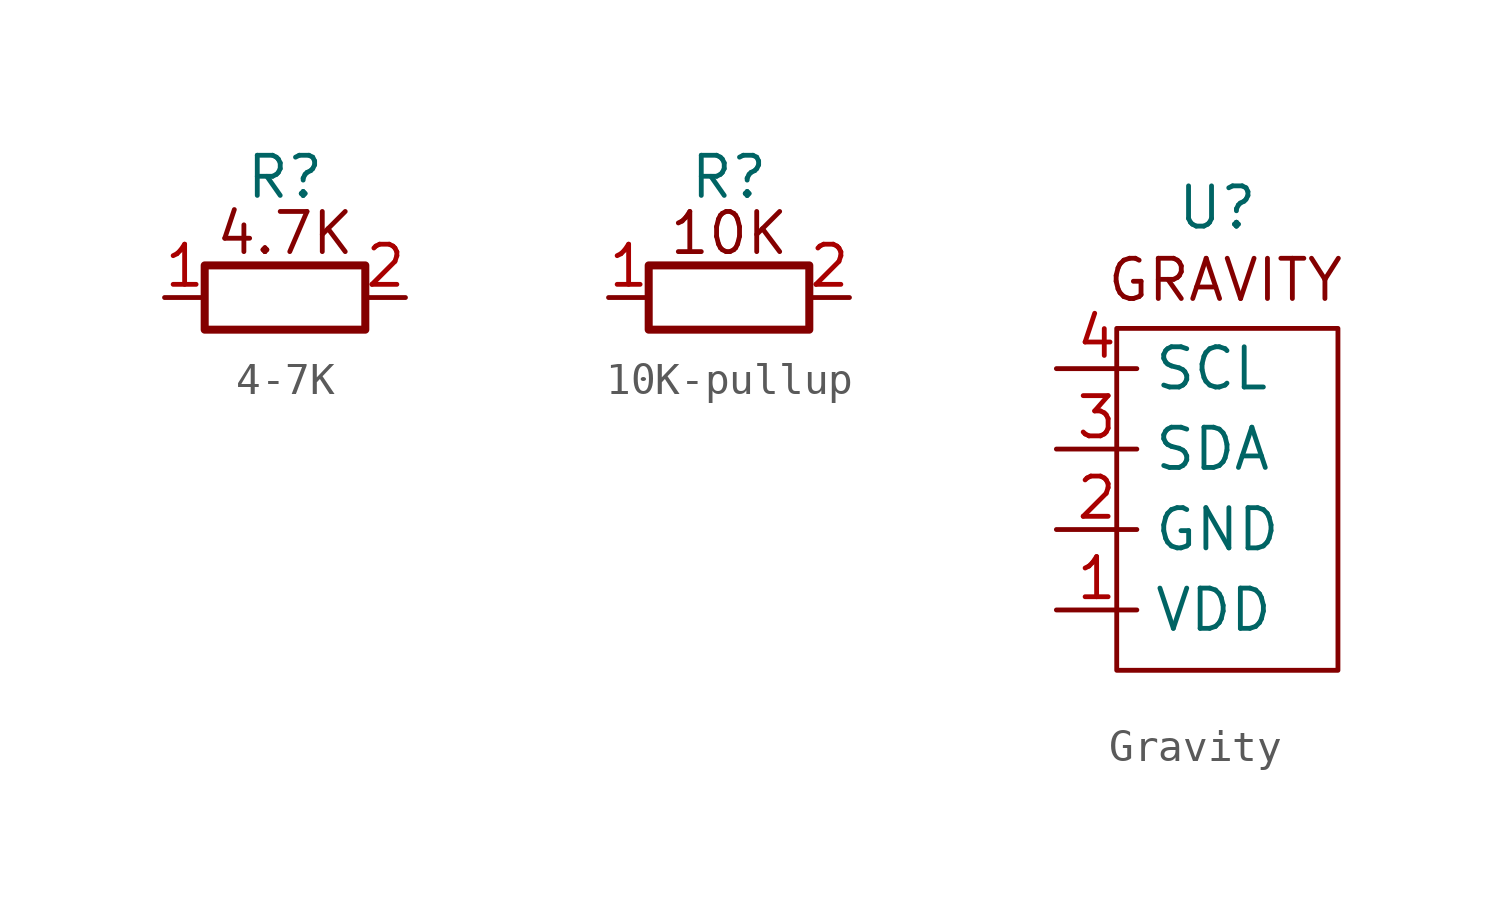
<source format=kicad_sym>
(kicad_symbol_lib
  (version 20241209)
  (generator "kicad_symbol_editor")
  (generator_version "9.0")
  (symbol "4-7K"
    (property "Reference" "R"
      (at 0 0 0)
      (effects (font (size 1.27 1.27))))
    (property "Value" ""
      (at 0 0 0)
      (effects (font (size 1.27 1.27))))
    (symbol "4-7K_0_1"
      (rectangle (start -2.54 -2.794) (end 2.54 -4.826) (stroke (width 0.254) (type default)) (fill (type none))))
    (symbol "4-7K_1_1"
      (text "4.7K" (at 0 -1.778 0) (effects (font (size 1.27 1.27))))
      (pin passive line (at -3.81 -3.81 0) (length 1.27) (name "~" (effects (font (size 1.27 1.27)))) (number "1" (effects (font (size 1.27 1.27)))))
      (pin passive line (at 3.81 -3.81 180) (length 1.27) (name "~" (effects (font (size 1.27 1.27)))) (number "2" (effects (font (size 1.27 1.27)))))))
  (symbol "10K-pullup"
    (property "Reference" "R"
      (at 0 0 0)
      (effects (font (size 1.27 1.27))))
    (property "Value" ""
      (at 0 0 0)
      (effects (font (size 1.27 1.27))))
    (symbol "10K-pullup_0_1"
      (rectangle (start -2.54 -2.794) (end 2.54 -4.826) (stroke (width 0.254) (type default)) (fill (type none))))
    (symbol "10K-pullup_1_1"
      (text "10K" (at 0 -1.778 0) (effects (font (size 1.27 1.27))))
      (pin passive line (at -3.81 -3.81 0) (length 1.27) (name "~" (effects (font (size 1.27 1.27)))) (number "1" (effects (font (size 1.27 1.27)))))
      (pin passive line (at 3.81 -3.81 180) (length 1.27) (name "~" (effects (font (size 1.27 1.27)))) (number "2" (effects (font (size 1.27 1.27)))))))
  (symbol "Gravity"
    (property "Reference" "U"
      (at 0 0 0)
      (effects (font (size 1.27 1.27))))
    (property "Value" ""
      (at 0 0 0)
      (effects (font (size 1.27 1.27))))
    (symbol "Gravity_0_1"
      (rectangle (start -3.175 -3.81) (end 3.81 -14.605) (stroke (width 0) (type default)) (fill (type none))))
    (symbol "Gravity_1_1"
      (text "GRAVITY" (at 0.254 -2.286 0) (effects (font (size 1.27 1.27))))
      (pin output line (at -5.08 -5.08 0) (length 2.54) (name "SCL" (effects (font (size 1.27 1.27)))) (number "4" (effects (font (size 1.27 1.27)))))
      (pin output line (at -5.08 -7.62 0) (length 2.54) (name "SDA" (effects (font (size 1.27 1.27)))) (number "3" (effects (font (size 1.27 1.27)))))
      (pin power_out line (at -5.08 -10.16 0) (length 2.54) (name "GND" (effects (font (size 1.27 1.27)))) (number "2" (effects (font (size 1.27 1.27)))))
      (pin power_in line (at -5.08 -12.7 0) (length 2.54) (name "VDD" (effects (font (size 1.27 1.27)))) (number "1" (effects (font (size 1.27 1.27))))))))
</source>
